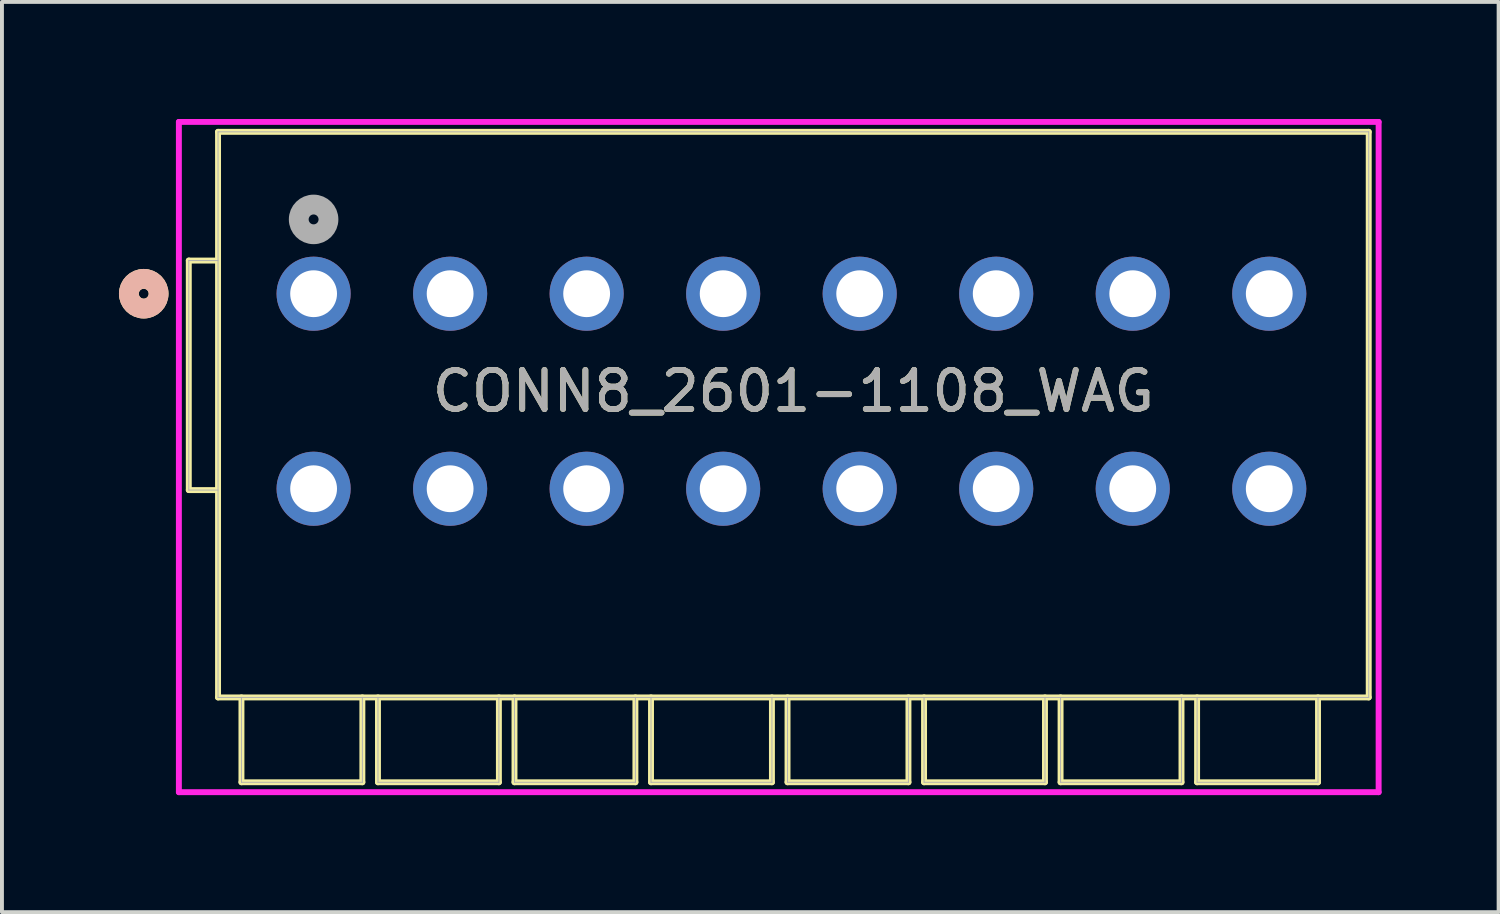
<source format=kicad_pcb>
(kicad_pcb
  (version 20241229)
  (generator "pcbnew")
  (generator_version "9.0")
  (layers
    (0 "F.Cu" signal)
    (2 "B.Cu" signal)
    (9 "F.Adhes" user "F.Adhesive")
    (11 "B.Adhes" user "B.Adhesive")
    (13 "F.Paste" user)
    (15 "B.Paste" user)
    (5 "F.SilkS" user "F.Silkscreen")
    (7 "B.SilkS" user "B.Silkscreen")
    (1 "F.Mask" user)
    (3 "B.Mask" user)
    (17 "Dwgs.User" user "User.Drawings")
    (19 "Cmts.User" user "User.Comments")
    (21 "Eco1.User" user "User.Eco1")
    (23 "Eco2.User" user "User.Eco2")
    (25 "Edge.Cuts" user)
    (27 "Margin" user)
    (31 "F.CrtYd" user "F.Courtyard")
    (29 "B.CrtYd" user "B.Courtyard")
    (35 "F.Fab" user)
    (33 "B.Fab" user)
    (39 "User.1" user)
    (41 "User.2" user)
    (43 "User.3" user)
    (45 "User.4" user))
  (footprint "CONN8_2601-1108_WAG"
    (layer "F.Cu")
    (at 4.99 4.48)
    (property "Reference" "CONN8_2601-1108_WAG" (at 12.3 2.5 0) (unlocked yes) (layer "F.SilkS") (effects (font (size 1 1) (thickness 0.15))))
    (attr through_hole)
    (fp_line (start -3.2 5.034) (end -3.2 -0.85) (stroke (width 0.152) (type solid)) (layer "F.SilkS"))
    (fp_line (start -2.45 -0.85) (end -3.2 -0.85) (stroke (width 0.152) (type solid)) (layer "F.SilkS"))
    (fp_line (start -2.45 5.034) (end -3.2 5.034) (stroke (width 0.152) (type solid)) (layer "F.SilkS"))
    (fp_line (start -2.45 -4.15) (end 27.05 -4.15) (stroke (width 0.152) (type solid)) (layer "F.SilkS"))
    (fp_line (start -2.45 10.35) (end -2.45 -4.15) (stroke (width 0.152) (type solid)) (layer "F.SilkS"))
    (fp_line (start -2.45 10.35) (end 27.05 10.35) (stroke (width 0.152) (type solid)) (layer "F.SilkS"))
    (fp_line (start -1.85 10.35) (end -1.85 12.525) (stroke (width 0.152) (type solid)) (layer "F.SilkS"))
    (fp_line (start -1.85 12.525) (end 1.25 12.525) (stroke (width 0.152) (type solid)) (layer "F.SilkS"))
    (fp_line (start 1.25 10.35) (end 1.25 12.525) (stroke (width 0.152) (type solid)) (layer "F.SilkS"))
    (fp_line (start 1.65 10.35) (end 1.65 12.525) (stroke (width 0.152) (type solid)) (layer "F.SilkS"))
    (fp_line (start 1.65 12.525) (end 4.75 12.525) (stroke (width 0.152) (type solid)) (layer "F.SilkS"))
    (fp_line (start 4.75 10.35) (end 4.75 12.525) (stroke (width 0.152) (type solid)) (layer "F.SilkS"))
    (fp_line (start 5.15 10.35) (end 5.15 12.525) (stroke (width 0.152) (type solid)) (layer "F.SilkS"))
    (fp_line (start 5.15 12.525) (end 8.25 12.525) (stroke (width 0.152) (type solid)) (layer "F.SilkS"))
    (fp_line (start 8.25 10.35) (end 8.25 12.525) (stroke (width 0.152) (type solid)) (layer "F.SilkS"))
    (fp_line (start 8.65 10.35) (end 8.65 12.525) (stroke (width 0.152) (type solid)) (layer "F.SilkS"))
    (fp_line (start 8.65 12.525) (end 11.75 12.525) (stroke (width 0.152) (type solid)) (layer "F.SilkS"))
    (fp_line (start 11.75 10.35) (end 11.75 12.525) (stroke (width 0.152) (type solid)) (layer "F.SilkS"))
    (fp_line (start 12.15 10.35) (end 12.15 12.525) (stroke (width 0.152) (type solid)) (layer "F.SilkS"))
    (fp_line (start 12.15 12.525) (end 15.25 12.525) (stroke (width 0.152) (type solid)) (layer "F.SilkS"))
    (fp_line (start 15.25 10.35) (end 15.25 12.525) (stroke (width 0.152) (type solid)) (layer "F.SilkS"))
    (fp_line (start 15.65 10.35) (end 15.65 12.525) (stroke (width 0.152) (type solid)) (layer "F.SilkS"))
    (fp_line (start 15.65 12.525) (end 18.75 12.525) (stroke (width 0.152) (type solid)) (layer "F.SilkS"))
    (fp_line (start 18.75 10.35) (end 18.75 12.525) (stroke (width 0.152) (type solid)) (layer "F.SilkS"))
    (fp_line (start 19.15 10.35) (end 19.15 12.525) (stroke (width 0.152) (type solid)) (layer "F.SilkS"))
    (fp_line (start 19.15 12.525) (end 22.25 12.525) (stroke (width 0.152) (type solid)) (layer "F.SilkS"))
    (fp_line (start 22.25 10.35) (end 22.25 12.525) (stroke (width 0.152) (type solid)) (layer "F.SilkS"))
    (fp_line (start 22.65 10.35) (end 22.65 12.525) (stroke (width 0.152) (type solid)) (layer "F.SilkS"))
    (fp_line (start 22.65 12.525) (end 25.75 12.525) (stroke (width 0.152) (type solid)) (layer "F.SilkS"))
    (fp_line (start 25.75 10.35) (end 25.75 12.525) (stroke (width 0.152) (type solid)) (layer "F.SilkS"))
    (fp_line (start 27.05 -4.15) (end 27.05 10.35) (stroke (width 0.152) (type solid)) (layer "F.SilkS"))
    (fp_circle (center -4.355 0) (end -3.974 0) (stroke (width 0.508) (type solid)) (fill no) (layer "F.SilkS"))
    (fp_circle (center -4.355 0) (end -3.974 0) (stroke (width 0.508) (type solid)) (fill no) (layer "B.SilkS"))
    (fp_line (start -3.454 -4.404) (end -3.454 12.779) (stroke (width 0.152) (type solid)) (layer "F.CrtYd"))
    (fp_line (start -3.454 12.779) (end 27.304 12.779) (stroke (width 0.152) (type solid)) (layer "F.CrtYd"))
    (fp_line (start 27.304 -4.404) (end -3.454 -4.404) (stroke (width 0.152) (type solid)) (layer "F.CrtYd"))
    (fp_line (start 27.304 12.779) (end 27.304 -4.404) (stroke (width 0.152) (type solid)) (layer "F.CrtYd"))
    (fp_line (start -3.2 5.034) (end -3.2 -0.85) (stroke (width 0.025) (type solid)) (layer "F.Fab"))
    (fp_line (start -2.45 -0.85) (end -3.2 -0.85) (stroke (width 0.025) (type solid)) (layer "F.Fab"))
    (fp_line (start -2.45 5.034) (end -3.2 5.034) (stroke (width 0.025) (type solid)) (layer "F.Fab"))
    (fp_line (start -2.45 -4.15) (end 27.05 -4.15) (stroke (width 0.025) (type solid)) (layer "F.Fab"))
    (fp_line (start -2.45 10.35) (end -2.45 -4.15) (stroke (width 0.025) (type solid)) (layer "F.Fab"))
    (fp_line (start -2.45 10.35) (end 27.05 10.35) (stroke (width 0.025) (type solid)) (layer "F.Fab"))
    (fp_line (start -1.85 10.35) (end -1.85 12.525) (stroke (width 0.025) (type solid)) (layer "F.Fab"))
    (fp_line (start -1.85 12.525) (end 1.25 12.525) (stroke (width 0.025) (type solid)) (layer "F.Fab"))
    (fp_line (start 1.25 10.35) (end 1.25 12.525) (stroke (width 0.025) (type solid)) (layer "F.Fab"))
    (fp_line (start 1.65 10.35) (end 1.65 12.525) (stroke (width 0.025) (type solid)) (layer "F.Fab"))
    (fp_line (start 1.65 12.525) (end 4.75 12.525) (stroke (width 0.025) (type solid)) (layer "F.Fab"))
    (fp_line (start 4.75 10.35) (end 4.75 12.525) (stroke (width 0.025) (type solid)) (layer "F.Fab"))
    (fp_line (start 5.15 10.35) (end 5.15 12.525) (stroke (width 0.025) (type solid)) (layer "F.Fab"))
    (fp_line (start 5.15 12.525) (end 8.25 12.525) (stroke (width 0.025) (type solid)) (layer "F.Fab"))
    (fp_line (start 8.25 10.35) (end 8.25 12.525) (stroke (width 0.025) (type solid)) (layer "F.Fab"))
    (fp_line (start 8.65 10.35) (end 8.65 12.525) (stroke (width 0.025) (type solid)) (layer "F.Fab"))
    (fp_line (start 8.65 12.525) (end 11.75 12.525) (stroke (width 0.025) (type solid)) (layer "F.Fab"))
    (fp_line (start 11.75 10.35) (end 11.75 12.525) (stroke (width 0.025) (type solid)) (layer "F.Fab"))
    (fp_line (start 12.15 10.35) (end 12.15 12.525) (stroke (width 0.025) (type solid)) (layer "F.Fab"))
    (fp_line (start 12.15 12.525) (end 15.25 12.525) (stroke (width 0.025) (type solid)) (layer "F.Fab"))
    (fp_line (start 15.25 10.35) (end 15.25 12.525) (stroke (width 0.025) (type solid)) (layer "F.Fab"))
    (fp_line (start 15.65 10.35) (end 15.65 12.525) (stroke (width 0.025) (type solid)) (layer "F.Fab"))
    (fp_line (start 15.65 12.525) (end 18.75 12.525) (stroke (width 0.025) (type solid)) (layer "F.Fab"))
    (fp_line (start 18.75 10.35) (end 18.75 12.525) (stroke (width 0.025) (type solid)) (layer "F.Fab"))
    (fp_line (start 19.15 10.35) (end 19.15 12.525) (stroke (width 0.025) (type solid)) (layer "F.Fab"))
    (fp_line (start 19.15 12.525) (end 22.25 12.525) (stroke (width 0.025) (type solid)) (layer "F.Fab"))
    (fp_line (start 22.25 10.35) (end 22.25 12.525) (stroke (width 0.025) (type solid)) (layer "F.Fab"))
    (fp_line (start 22.65 10.35) (end 22.65 12.525) (stroke (width 0.025) (type solid)) (layer "F.Fab"))
    (fp_line (start 22.65 12.525) (end 25.75 12.525) (stroke (width 0.025) (type solid)) (layer "F.Fab"))
    (fp_line (start 25.75 10.35) (end 25.75 12.525) (stroke (width 0.025) (type solid)) (layer "F.Fab"))
    (fp_line (start 27.05 -4.15) (end 27.05 10.35) (stroke (width 0.025) (type solid)) (layer "F.Fab"))
    (fp_circle (center 0 -1.905) (end 0.381 -1.905) (stroke (width 0.508) (type solid)) (fill no) (layer "F.Fab"))
    (fp_text user "${REFERENCE}" (at 12.3 2.5 0) (unlocked yes) (layer "F.Fab") (effects (font (size 1 1) (thickness 0.15))))
    (pad "1" thru_hole circle (at 0 0) (size 1.9 1.9) (drill 1.2) (layers "*.Cu" "*.Mask"))
    (pad "2" thru_hole circle (at 0 5) (size 1.9 1.9) (drill 1.2) (layers "*.Cu" "*.Mask"))
    (pad "3" thru_hole circle (at 3.5 0) (size 1.9 1.9) (drill 1.2) (layers "*.Cu" "*.Mask"))
    (pad "4" thru_hole circle (at 3.5 5) (size 1.9 1.9) (drill 1.2) (layers "*.Cu" "*.Mask"))
    (pad "5" thru_hole circle (at 7 0) (size 1.9 1.9) (drill 1.2) (layers "*.Cu" "*.Mask"))
    (pad "6" thru_hole circle (at 7 5) (size 1.9 1.9) (drill 1.2) (layers "*.Cu" "*.Mask"))
    (pad "7" thru_hole circle (at 10.5 0) (size 1.9 1.9) (drill 1.2) (layers "*.Cu" "*.Mask"))
    (pad "8" thru_hole circle (at 10.5 5) (size 1.9 1.9) (drill 1.2) (layers "*.Cu" "*.Mask"))
    (pad "9" thru_hole circle (at 14 0) (size 1.9 1.9) (drill 1.2) (layers "*.Cu" "*.Mask"))
    (pad "10" thru_hole circle (at 14 5) (size 1.9 1.9) (drill 1.2) (layers "*.Cu" "*.Mask"))
    (pad "11" thru_hole circle (at 17.5 0) (size 1.9 1.9) (drill 1.2) (layers "*.Cu" "*.Mask"))
    (pad "12" thru_hole circle (at 17.5 5) (size 1.9 1.9) (drill 1.2) (layers "*.Cu" "*.Mask"))
    (pad "13" thru_hole circle (at 21 0) (size 1.9 1.9) (drill 1.2) (layers "*.Cu" "*.Mask"))
    (pad "14" thru_hole circle (at 21 5) (size 1.9 1.9) (drill 1.2) (layers "*.Cu" "*.Mask"))
    (pad "15" thru_hole circle (at 24.5 0) (size 1.9 1.9) (drill 1.2) (layers "*.Cu" "*.Mask"))
    (pad "16" thru_hole circle (at 24.5 5) (size 1.9 1.9) (drill 1.2) (layers "*.Cu" "*.Mask")))
  (gr_rect
    (start -3 -3)
    (end 35.37 20.335)
    (stroke (width 0.1) (type default))
    (fill no)
    (layer "Edge.Cuts")))
</source>
